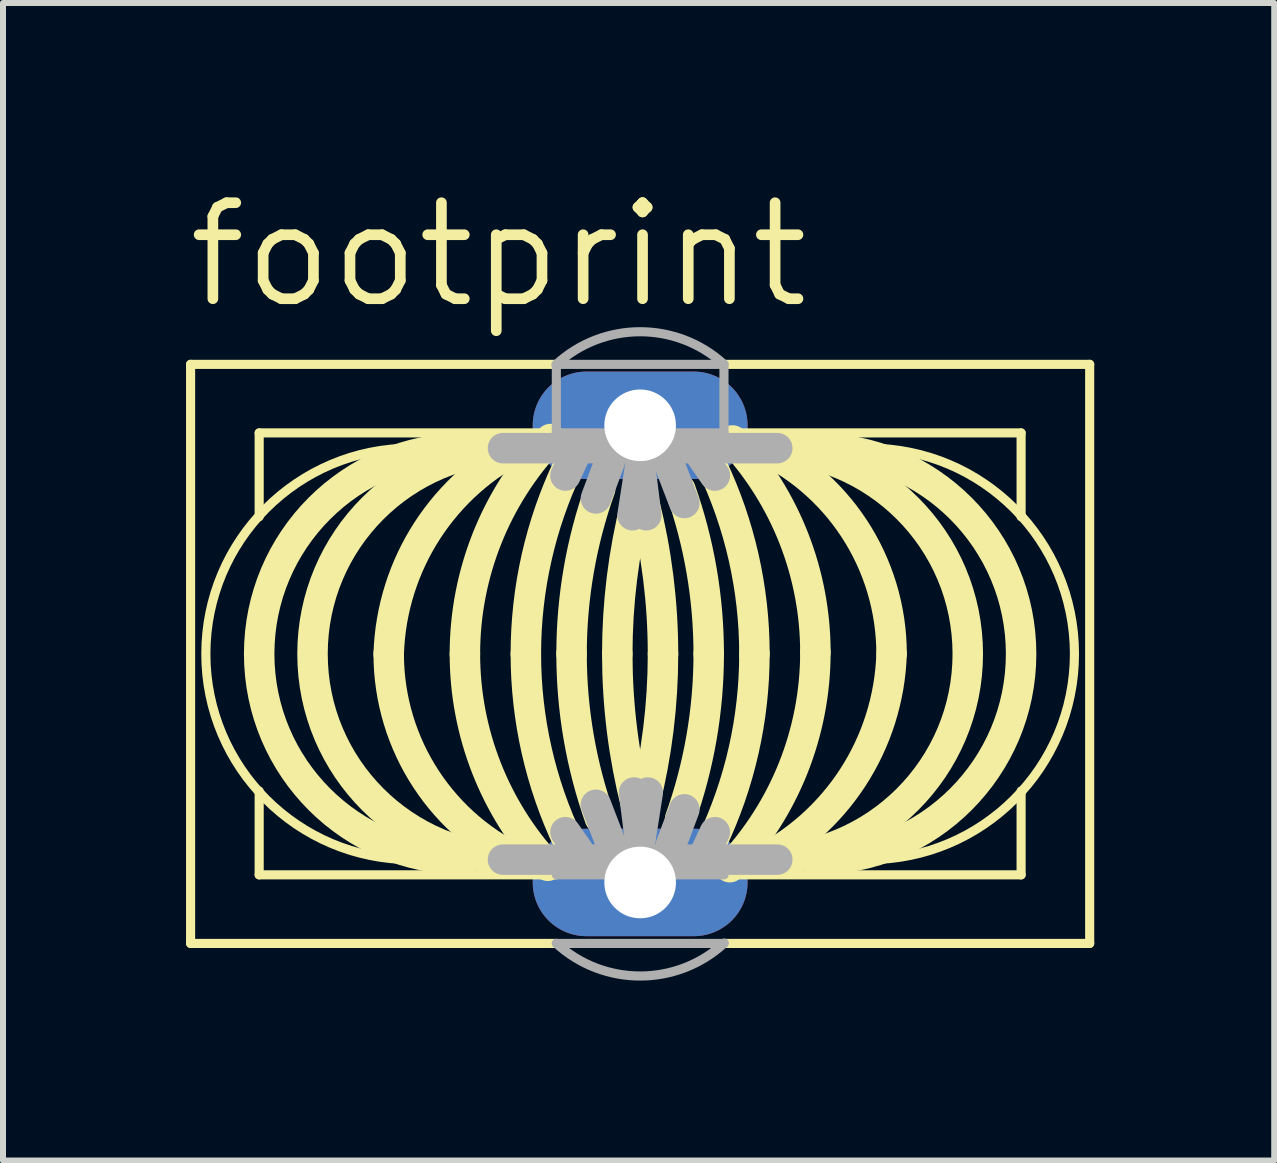
<source format=kicad_pcb>
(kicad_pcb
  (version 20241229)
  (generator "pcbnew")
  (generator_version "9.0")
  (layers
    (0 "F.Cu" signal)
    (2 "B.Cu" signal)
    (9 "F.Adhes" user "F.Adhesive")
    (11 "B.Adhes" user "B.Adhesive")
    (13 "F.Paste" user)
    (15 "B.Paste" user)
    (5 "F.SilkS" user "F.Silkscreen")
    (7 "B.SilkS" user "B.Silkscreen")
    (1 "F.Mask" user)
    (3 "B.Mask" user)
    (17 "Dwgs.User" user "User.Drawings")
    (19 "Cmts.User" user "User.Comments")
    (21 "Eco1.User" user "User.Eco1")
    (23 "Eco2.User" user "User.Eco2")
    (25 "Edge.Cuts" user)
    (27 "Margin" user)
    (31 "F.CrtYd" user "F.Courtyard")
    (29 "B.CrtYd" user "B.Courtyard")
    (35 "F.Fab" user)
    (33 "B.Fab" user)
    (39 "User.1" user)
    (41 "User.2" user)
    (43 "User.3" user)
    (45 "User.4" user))
  (footprint "footprint"
    (layer "F.Cu")
    (at 7.62 7.849)
    (property "Reference" "footprint" (at -7.62 -5.715 0) (layer "F.SilkS") (effects (font (size 1.6 1.6) (thickness 0.178)) (justify left bottom)))
    (fp_line (start -7.493 4.826) (end -7.493 -4.826) (stroke (width 0.152) (type solid)) (layer "F.SilkS"))
    (fp_line (start -7.493 4.826) (end -1.397 4.826) (stroke (width 0.152) (type solid)) (layer "F.SilkS"))
    (fp_line (start -6.35 -2.286) (end -6.35 -3.683) (stroke (width 0.152) (type solid)) (layer "F.SilkS"))
    (fp_line (start -6.35 3.683) (end -6.35 2.286) (stroke (width 0.152) (type solid)) (layer "F.SilkS"))
    (fp_line (start -6.35 3.683) (end -1.397 3.683) (stroke (width 0.152) (type solid)) (layer "F.SilkS"))
    (fp_line (start -1.397 -4.826) (end -7.493 -4.826) (stroke (width 0.152) (type solid)) (layer "F.SilkS"))
    (fp_line (start -1.397 -3.683) (end -6.35 -3.683) (stroke (width 0.152) (type solid)) (layer "F.SilkS"))
    (fp_line (start 1.397 3.683) (end 6.35 3.683) (stroke (width 0.152) (type solid)) (layer "F.SilkS"))
    (fp_line (start 1.397 4.826) (end 7.493 4.826) (stroke (width 0.152) (type solid)) (layer "F.SilkS"))
    (fp_line (start 6.35 -3.683) (end 1.397 -3.683) (stroke (width 0.152) (type solid)) (layer "F.SilkS"))
    (fp_line (start 6.35 -2.286) (end 6.35 -3.683) (stroke (width 0.152) (type solid)) (layer "F.SilkS"))
    (fp_line (start 6.35 3.683) (end 6.35 2.286) (stroke (width 0.152) (type solid)) (layer "F.SilkS"))
    (fp_line (start 7.493 -4.826) (end 1.397 -4.826) (stroke (width 0.152) (type solid)) (layer "F.SilkS"))
    (fp_line (start 7.493 -4.826) (end 7.493 4.826) (stroke (width 0.152) (type solid)) (layer "F.SilkS"))
    (fp_arc (start -4.191 0) (mid -3.546045 -2.058601) (end -1.9288 -3.486301) (stroke (width 0.508) (type solid)) (layer "F.SilkS"))
    (fp_arc (start -3.81 3.429) (mid -7.239 0) (end -3.81 -3.429) (stroke (width 0.1524) (type solid)) (layer "F.SilkS"))
    (fp_arc (start -2.921 0) (mid -2.551108 -1.927471) (end -1.494 -3.5811) (stroke (width 0.508) (type solid)) (layer "F.SilkS"))
    (fp_arc (start -2.921 3.429) (mid -6.35 0) (end -2.921 -3.429) (stroke (width 0.508) (type solid)) (layer "F.SilkS"))
    (fp_arc (start -2.031998 3.429) (mid -5.460999 0.000001) (end -2.032 -3.429) (stroke (width 0.508) (type solid)) (layer "F.SilkS"))
    (fp_arc (start -1.905 0) (mid -1.725145 -1.6092) (end -1.1945 -3.139) (stroke (width 0.508) (type solid)) (layer "F.SilkS"))
    (fp_arc (start -1.9001 3.494) (mid -3.567195 2.089025) (end -4.191 0) (stroke (width 0.508) (type solid)) (layer "F.SilkS"))
    (fp_arc (start -1.540101 3.5318) (mid -2.563498 1.896079) (end -2.921 0) (stroke (width 0.508) (type solid)) (layer "F.SilkS"))
    (fp_arc (start -1.1945 3.139) (mid -1.725145 1.6092) (end -1.905 0) (stroke (width 0.508) (type solid)) (layer "F.SilkS"))
    (fp_arc (start -1.143 0) (mid -1.022988 -1.395881) (end -0.6665 -2.7508) (stroke (width 0.508) (type solid)) (layer "F.SilkS"))
    (fp_arc (start -0.6709 2.7384) (mid -1.0241 1.389397) (end -1.143 0) (stroke (width 0.508) (type solid)) (layer "F.SilkS"))
    (fp_arc (start -0.381 0) (mid -0.303949 -1.256916) (end -0.0739 -2.495) (stroke (width 0.508) (type solid)) (layer "F.SilkS"))
    (fp_arc (start -0.065 2.53) (mid -0.301687 1.274828) (end -0.381 0) (stroke (width 0.508) (type solid)) (layer "F.SilkS"))
    (fp_arc (start 0.065 -2.53) (mid 0.301687 -1.274828) (end 0.381 0) (stroke (width 0.508) (type solid)) (layer "F.SilkS"))
    (fp_arc (start 0.381 0) (mid 0.303949 1.256916) (end 0.0739 2.495) (stroke (width 0.508) (type solid)) (layer "F.SilkS"))
    (fp_arc (start 0.6709 -2.7384) (mid 1.0241 -1.389397) (end 1.143 0) (stroke (width 0.508) (type solid)) (layer "F.SilkS"))
    (fp_arc (start 1.143 0) (mid 1.022988 1.395881) (end 0.6665 2.7508) (stroke (width 0.508) (type solid)) (layer "F.SilkS"))
    (fp_arc (start 1.1945 -3.139) (mid 1.725145 -1.6092) (end 1.905 0) (stroke (width 0.508) (type solid)) (layer "F.SilkS"))
    (fp_arc (start 1.5401 -3.5572) (mid 2.563498 -1.921479) (end 2.921 -0.0254) (stroke (width 0.508) (type solid)) (layer "F.SilkS"))
    (fp_arc (start 1.9001 -3.494) (mid 3.567153 -2.089015) (end 4.190901 0.000001) (stroke (width 0.508) (type solid)) (layer "F.SilkS"))
    (fp_arc (start 1.905 0) (mid 1.725145 1.6092) (end 1.1945 3.139) (stroke (width 0.508) (type solid)) (layer "F.SilkS"))
    (fp_arc (start 2.032 -3.429) (mid 5.460999 0.000001) (end 2.031998 3.429) (stroke (width 0.508) (type solid)) (layer "F.SilkS"))
    (fp_arc (start 2.921 -3.429) (mid 6.35 0) (end 2.921 3.429) (stroke (width 0.508) (type solid)) (layer "F.SilkS"))
    (fp_arc (start 2.921 -0.0254) (mid 2.551108 1.902071) (end 1.494 3.5557) (stroke (width 0.508) (type solid)) (layer "F.SilkS"))
    (fp_arc (start 3.81 -3.429) (mid 7.239 0) (end 3.81 3.429) (stroke (width 0.1524) (type solid)) (layer "F.SilkS"))
    (fp_arc (start 4.190999 -0.000001) (mid 3.546044 2.0586) (end 1.9288 3.4863) (stroke (width 0.508) (type solid)) (layer "F.SilkS"))
    (fp_line (start -2.286 -3.429) (end 2.286 -3.429) (stroke (width 0.508) (type solid)) (layer "F.Fab"))
    (fp_line (start -1.397 -4.826) (end -1.397 -3.683) (stroke (width 0.152) (type solid)) (layer "F.Fab"))
    (fp_line (start -1.397 3.683) (end 1.397 3.683) (stroke (width 0.152) (type solid)) (layer "F.Fab"))
    (fp_line (start -1.397 4.826) (end 1.397 4.826) (stroke (width 0.152) (type solid)) (layer "F.Fab"))
    (fp_line (start -1.245 -2.972) (end -1.092 -3.302) (stroke (width 0.508) (type solid)) (layer "F.Fab"))
    (fp_line (start -1.245 2.972) (end -1.016 3.302) (stroke (width 0.508) (type solid)) (layer "F.Fab"))
    (fp_line (start -0.737 -2.591) (end -0.508 -3.2) (stroke (width 0.508) (type solid)) (layer "F.Fab"))
    (fp_line (start -0.737 2.515) (end -0.483 3.175) (stroke (width 0.508) (type solid)) (layer "F.Fab"))
    (fp_line (start -0.127 -2.311) (end 0 -3.124) (stroke (width 0.508) (type solid)) (layer "F.Fab"))
    (fp_line (start 0 -3.124) (end 0.102 -2.311) (stroke (width 0.508) (type solid)) (layer "F.Fab"))
    (fp_line (start 0 3.124) (end -0.102 2.311) (stroke (width 0.508) (type solid)) (layer "F.Fab"))
    (fp_line (start 0.127 2.311) (end 0 3.124) (stroke (width 0.508) (type solid)) (layer "F.Fab"))
    (fp_line (start 0.737 -2.515) (end 0.483 -3.175) (stroke (width 0.508) (type solid)) (layer "F.Fab"))
    (fp_line (start 0.737 2.591) (end 0.508 3.2) (stroke (width 0.508) (type solid)) (layer "F.Fab"))
    (fp_line (start 1.245 -2.972) (end 1.016 -3.302) (stroke (width 0.508) (type solid)) (layer "F.Fab"))
    (fp_line (start 1.245 2.972) (end 1.092 3.302) (stroke (width 0.508) (type solid)) (layer "F.Fab"))
    (fp_line (start 1.397 -4.826) (end -1.397 -4.826) (stroke (width 0.152) (type solid)) (layer "F.Fab"))
    (fp_line (start 1.397 -4.826) (end 1.397 -3.683) (stroke (width 0.152) (type solid)) (layer "F.Fab"))
    (fp_line (start 1.397 -3.683) (end -1.397 -3.683) (stroke (width 0.152) (type solid)) (layer "F.Fab"))
    (fp_line (start 2.286 3.429) (end -2.286 3.429) (stroke (width 0.508) (type solid)) (layer "F.Fab"))
    (fp_arc (start -1.4023 -4.8211) (mid -0.003574 -5.369468) (end 1.3971 -4.826098) (stroke (width 0.1524) (type solid)) (layer "F.Fab"))
    (fp_arc (start 1.402202 4.821) (mid 0.003576 5.369328) (end -1.397 4.826) (stroke (width 0.1524) (type solid)) (layer "F.Fab"))
    (pad "1" thru_hole oval (at 0 -3.81) (size 3.581 1.791) (drill 1.194) (layers "*.Cu" "*.Mask"))
    (pad "2" thru_hole oval (at 0 3.81) (size 3.581 1.791) (drill 1.194) (layers "*.Cu" "*.Mask")))
  (gr_rect
    (start -3 -3)
    (end 18.189 16.294)
    (stroke (width 0.1) (type default))
    (fill no)
    (layer "Edge.Cuts")))
</source>
